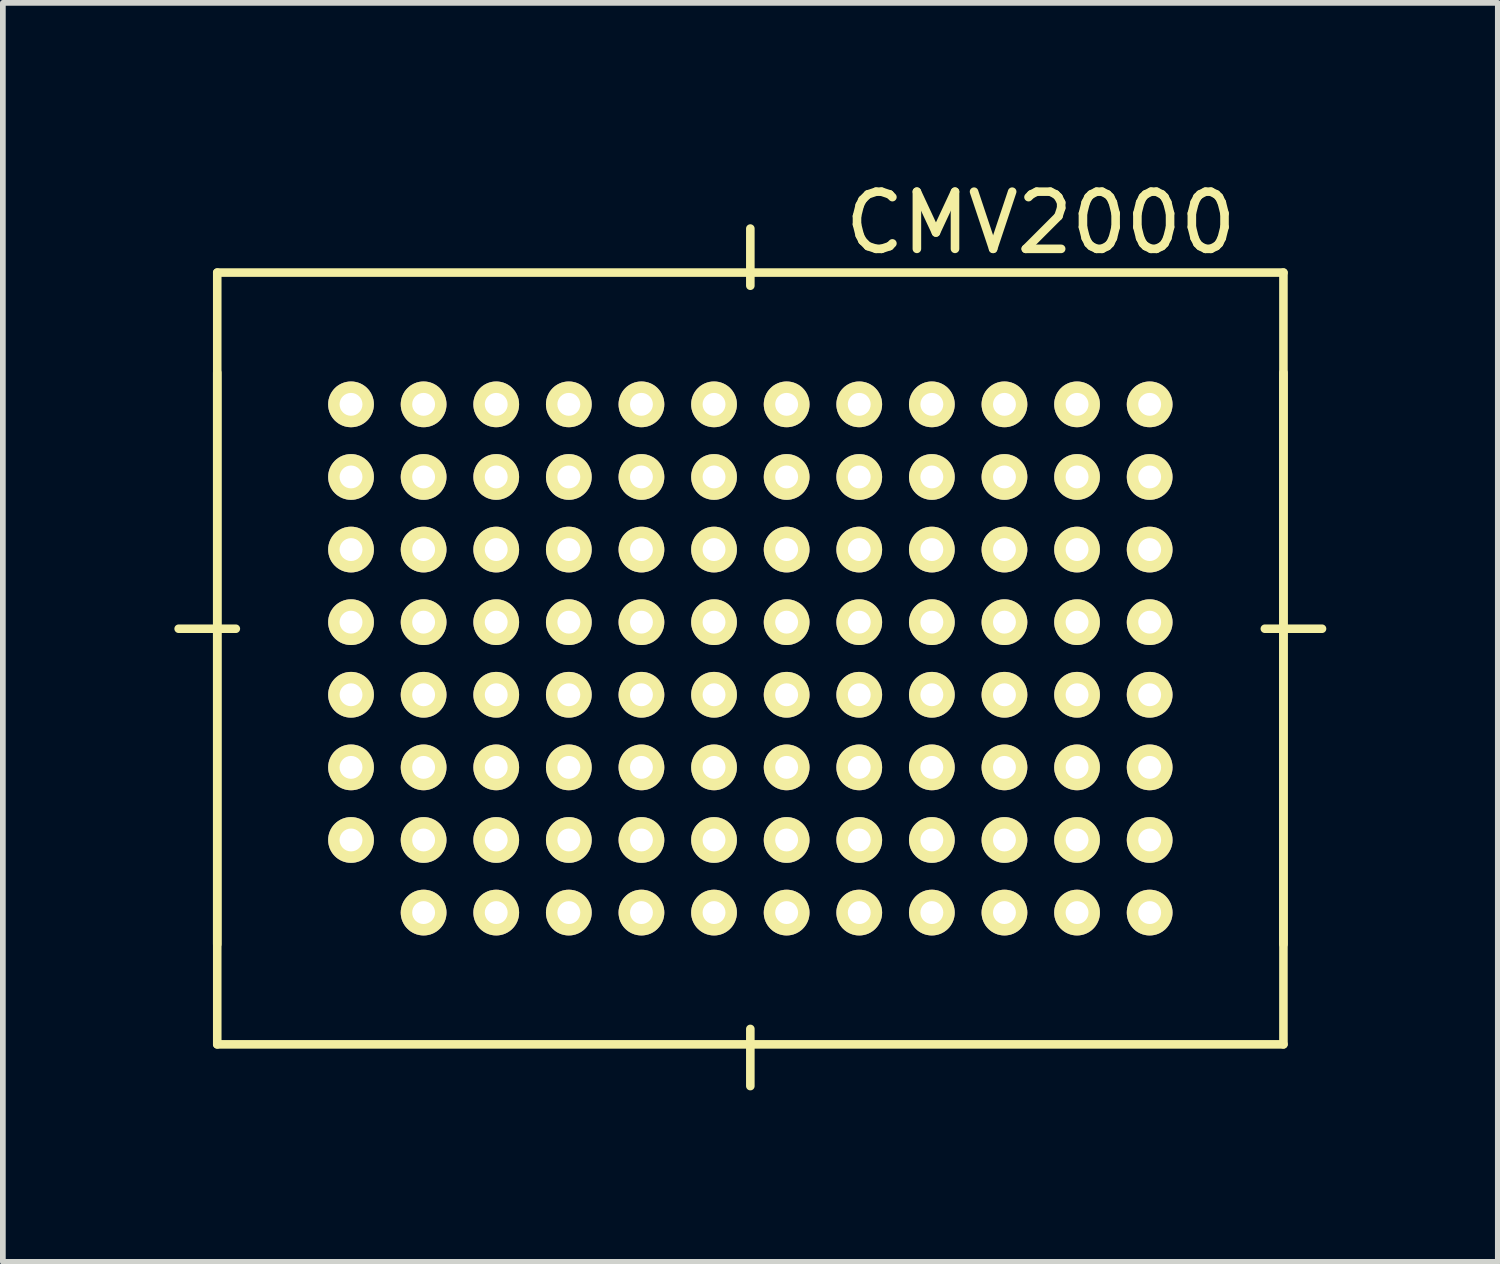
<source format=kicad_pcb>
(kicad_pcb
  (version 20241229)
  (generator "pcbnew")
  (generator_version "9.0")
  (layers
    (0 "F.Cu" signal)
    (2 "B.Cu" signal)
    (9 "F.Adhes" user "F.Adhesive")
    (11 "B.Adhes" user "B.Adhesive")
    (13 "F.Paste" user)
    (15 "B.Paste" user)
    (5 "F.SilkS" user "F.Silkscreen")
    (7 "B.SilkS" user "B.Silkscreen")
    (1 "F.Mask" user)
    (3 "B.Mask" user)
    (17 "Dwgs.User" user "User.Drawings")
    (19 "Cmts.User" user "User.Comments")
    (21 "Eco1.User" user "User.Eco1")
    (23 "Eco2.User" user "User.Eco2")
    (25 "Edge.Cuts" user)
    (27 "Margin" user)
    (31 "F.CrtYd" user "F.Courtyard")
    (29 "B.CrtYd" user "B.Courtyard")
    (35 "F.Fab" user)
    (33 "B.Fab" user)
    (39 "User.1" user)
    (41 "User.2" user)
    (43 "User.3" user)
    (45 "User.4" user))
  (footprint "CMV2000"
    (layer "F.Cu")
    (at 10.075 8.468)
    (property "Reference" "CMV2000" (at 5.08 -7.62 0) (layer "F.SilkS") (effects (font (size 1 1) (thickness 0.15))))
    (attr through_hole)
    (fp_line (start -9.325 -6.75) (end 9.325 -6.75) (stroke (width 0.15) (type solid)) (layer "F.SilkS"))
    (fp_line (start -9.325 5) (end -9.325 -5) (stroke (width 0.15) (type solid)) (layer "F.SilkS"))
    (fp_line (start -9.325 6.75) (end -9.325 -6.75) (stroke (width 0.15) (type solid)) (layer "F.SilkS"))
    (fp_line (start -9 -0.52) (end -10 -0.52) (stroke (width 0.15) (type solid)) (layer "F.SilkS"))
    (fp_line (start 0 -6.52) (end 0 -7.52) (stroke (width 0.15) (type solid)) (layer "F.SilkS"))
    (fp_line (start 0 6.48) (end 0 7.48) (stroke (width 0.15) (type solid)) (layer "F.SilkS"))
    (fp_line (start 9 -0.52) (end 10 -0.52) (stroke (width 0.15) (type solid)) (layer "F.SilkS"))
    (fp_line (start 9.325 -6.75) (end 9.325 6.75) (stroke (width 0.15) (type solid)) (layer "F.SilkS"))
    (fp_line (start 9.325 -5) (end 9.325 5) (stroke (width 0.15) (type solid)) (layer "F.SilkS"))
    (fp_line (start 9.325 6.75) (end -9.325 6.75) (stroke (width 0.15) (type solid)) (layer "F.SilkS"))
    (pad "A2" thru_hole circle (at -5.715 4.445) (size 0.8 0.8) (drill 0.4) (layers "*.Cu" "*.Mask" "F.SilkS"))
    (pad "A3" thru_hole circle (at -4.445 4.445) (size 0.8 0.8) (drill 0.4) (layers "*.Cu" "*.Mask" "F.SilkS"))
    (pad "A4" thru_hole circle (at -3.175 4.445) (size 0.8 0.8) (drill 0.4) (layers "*.Cu" "*.Mask" "F.SilkS"))
    (pad "A5" thru_hole circle (at -1.905 4.445) (size 0.8 0.8) (drill 0.4) (layers "*.Cu" "*.Mask" "F.SilkS"))
    (pad "A6" thru_hole circle (at -0.635 4.445) (size 0.8 0.8) (drill 0.4) (layers "*.Cu" "*.Mask" "F.SilkS"))
    (pad "A7" thru_hole circle (at 0.635 4.445) (size 0.8 0.8) (drill 0.4) (layers "*.Cu" "*.Mask" "F.SilkS"))
    (pad "A8" thru_hole circle (at 1.905 4.445) (size 0.8 0.8) (drill 0.4) (layers "*.Cu" "*.Mask" "F.SilkS"))
    (pad "A9" thru_hole circle (at 3.175 4.445) (size 0.8 0.8) (drill 0.4) (layers "*.Cu" "*.Mask" "F.SilkS"))
    (pad "A10" thru_hole circle (at 4.445 4.445) (size 0.8 0.8) (drill 0.4) (layers "*.Cu" "*.Mask" "F.SilkS"))
    (pad "A11" thru_hole circle (at 5.715 4.445) (size 0.8 0.8) (drill 0.4) (layers "*.Cu" "*.Mask" "F.SilkS"))
    (pad "A12" thru_hole circle (at 6.985 4.445) (size 0.8 0.8) (drill 0.4) (layers "*.Cu" "*.Mask" "F.SilkS"))
    (pad "B1" thru_hole circle (at -6.985 3.175) (size 0.8 0.8) (drill 0.4) (layers "*.Cu" "*.Mask" "F.SilkS"))
    (pad "B2" thru_hole circle (at -5.715 3.175) (size 0.8 0.8) (drill 0.4) (layers "*.Cu" "*.Mask" "F.SilkS"))
    (pad "B3" thru_hole circle (at -4.445 3.175) (size 0.8 0.8) (drill 0.4) (layers "*.Cu" "*.Mask" "F.SilkS"))
    (pad "B4" thru_hole circle (at -3.175 3.175) (size 0.8 0.8) (drill 0.4) (layers "*.Cu" "*.Mask" "F.SilkS"))
    (pad "B5" thru_hole circle (at -1.905 3.175) (size 0.8 0.8) (drill 0.4) (layers "*.Cu" "*.Mask" "F.SilkS"))
    (pad "B6" thru_hole circle (at -0.635 3.175) (size 0.8 0.8) (drill 0.4) (layers "*.Cu" "*.Mask" "F.SilkS"))
    (pad "B7" thru_hole circle (at 0.635 3.175) (size 0.8 0.8) (drill 0.4) (layers "*.Cu" "*.Mask" "F.SilkS"))
    (pad "B8" thru_hole circle (at 1.905 3.175) (size 0.8 0.8) (drill 0.4) (layers "*.Cu" "*.Mask" "F.SilkS"))
    (pad "B9" thru_hole circle (at 3.175 3.175) (size 0.8 0.8) (drill 0.4) (layers "*.Cu" "*.Mask" "F.SilkS"))
    (pad "B10" thru_hole circle (at 4.445 3.175) (size 0.8 0.8) (drill 0.4) (layers "*.Cu" "*.Mask" "F.SilkS"))
    (pad "B11" thru_hole circle (at 5.715 3.175) (size 0.8 0.8) (drill 0.4) (layers "*.Cu" "*.Mask" "F.SilkS"))
    (pad "B12" thru_hole circle (at 6.985 3.175) (size 0.8 0.8) (drill 0.4) (layers "*.Cu" "*.Mask" "F.SilkS"))
    (pad "C1" thru_hole circle (at -6.985 1.905) (size 0.8 0.8) (drill 0.4) (layers "*.Cu" "*.Mask" "F.SilkS"))
    (pad "C2" thru_hole circle (at -5.715 1.905) (size 0.8 0.8) (drill 0.4) (layers "*.Cu" "*.Mask" "F.SilkS"))
    (pad "C3" thru_hole circle (at -4.445 1.905) (size 0.8 0.8) (drill 0.4) (layers "*.Cu" "*.Mask" "F.SilkS"))
    (pad "C4" thru_hole circle (at -3.175 1.905) (size 0.8 0.8) (drill 0.4) (layers "*.Cu" "*.Mask" "F.SilkS"))
    (pad "C5" thru_hole circle (at -1.905 1.905) (size 0.8 0.8) (drill 0.4) (layers "*.Cu" "*.Mask" "F.SilkS"))
    (pad "C6" thru_hole circle (at -0.635 1.905) (size 0.8 0.8) (drill 0.4) (layers "*.Cu" "*.Mask" "F.SilkS"))
    (pad "C7" thru_hole circle (at 0.635 1.905) (size 0.8 0.8) (drill 0.4) (layers "*.Cu" "*.Mask" "F.SilkS"))
    (pad "C8" thru_hole circle (at 1.905 1.905) (size 0.8 0.8) (drill 0.4) (layers "*.Cu" "*.Mask" "F.SilkS"))
    (pad "C9" thru_hole circle (at 3.175 1.905) (size 0.8 0.8) (drill 0.4) (layers "*.Cu" "*.Mask" "F.SilkS"))
    (pad "C10" thru_hole circle (at 4.445 1.905) (size 0.8 0.8) (drill 0.4) (layers "*.Cu" "*.Mask" "F.SilkS"))
    (pad "C11" thru_hole circle (at 5.715 1.905) (size 0.8 0.8) (drill 0.4) (layers "*.Cu" "*.Mask" "F.SilkS"))
    (pad "C12" thru_hole circle (at 6.985 1.905) (size 0.8 0.8) (drill 0.4) (layers "*.Cu" "*.Mask" "F.SilkS"))
    (pad "D1" thru_hole circle (at -6.985 0.635) (size 0.8 0.8) (drill 0.4) (layers "*.Cu" "*.Mask" "F.SilkS"))
    (pad "D2" thru_hole circle (at -5.715 0.635) (size 0.8 0.8) (drill 0.4) (layers "*.Cu" "*.Mask" "F.SilkS"))
    (pad "D3" thru_hole circle (at -4.445 0.635) (size 0.8 0.8) (drill 0.4) (layers "*.Cu" "*.Mask" "F.SilkS"))
    (pad "D4" thru_hole circle (at -3.175 0.635) (size 0.8 0.8) (drill 0.4) (layers "*.Cu" "*.Mask" "F.SilkS"))
    (pad "D5" thru_hole circle (at -1.905 0.635) (size 0.8 0.8) (drill 0.4) (layers "*.Cu" "*.Mask" "F.SilkS"))
    (pad "D6" thru_hole circle (at -0.635 0.635) (size 0.8 0.8) (drill 0.4) (layers "*.Cu" "*.Mask" "F.SilkS"))
    (pad "D7" thru_hole circle (at 0.635 0.635) (size 0.8 0.8) (drill 0.4) (layers "*.Cu" "*.Mask" "F.SilkS"))
    (pad "D8" thru_hole circle (at 1.905 0.635) (size 0.8 0.8) (drill 0.4) (layers "*.Cu" "*.Mask" "F.SilkS"))
    (pad "D9" thru_hole circle (at 3.175 0.635) (size 0.8 0.8) (drill 0.4) (layers "*.Cu" "*.Mask" "F.SilkS"))
    (pad "D10" thru_hole circle (at 4.445 0.635) (size 0.8 0.8) (drill 0.4) (layers "*.Cu" "*.Mask" "F.SilkS"))
    (pad "D11" thru_hole circle (at 5.715 0.635) (size 0.8 0.8) (drill 0.4) (layers "*.Cu" "*.Mask" "F.SilkS"))
    (pad "D12" thru_hole circle (at 6.985 0.635) (size 0.8 0.8) (drill 0.4) (layers "*.Cu" "*.Mask" "F.SilkS"))
    (pad "E1" thru_hole circle (at -6.985 -0.635) (size 0.8 0.8) (drill 0.4) (layers "*.Cu" "*.Mask" "F.SilkS"))
    (pad "E2" thru_hole circle (at -5.715 -0.635) (size 0.8 0.8) (drill 0.4) (layers "*.Cu" "*.Mask" "F.SilkS"))
    (pad "E3" thru_hole circle (at -4.445 -0.635) (size 0.8 0.8) (drill 0.4) (layers "*.Cu" "*.Mask" "F.SilkS"))
    (pad "E4" thru_hole circle (at -3.175 -0.635) (size 0.8 0.8) (drill 0.4) (layers "*.Cu" "*.Mask" "F.SilkS"))
    (pad "E5" thru_hole circle (at -1.905 -0.635) (size 0.8 0.8) (drill 0.4) (layers "*.Cu" "*.Mask" "F.SilkS"))
    (pad "E6" thru_hole circle (at -0.635 -0.635) (size 0.8 0.8) (drill 0.4) (layers "*.Cu" "*.Mask" "F.SilkS"))
    (pad "E7" thru_hole circle (at 0.635 -0.635) (size 0.8 0.8) (drill 0.4) (layers "*.Cu" "*.Mask" "F.SilkS"))
    (pad "E8" thru_hole circle (at 1.905 -0.635) (size 0.8 0.8) (drill 0.4) (layers "*.Cu" "*.Mask" "F.SilkS"))
    (pad "E9" thru_hole circle (at 3.175 -0.635) (size 0.8 0.8) (drill 0.4) (layers "*.Cu" "*.Mask" "F.SilkS"))
    (pad "E10" thru_hole circle (at 4.445 -0.635) (size 0.8 0.8) (drill 0.4) (layers "*.Cu" "*.Mask" "F.SilkS"))
    (pad "E11" thru_hole circle (at 5.715 -0.635) (size 0.8 0.8) (drill 0.4) (layers "*.Cu" "*.Mask" "F.SilkS"))
    (pad "E12" thru_hole circle (at 6.985 -0.635) (size 0.8 0.8) (drill 0.4) (layers "*.Cu" "*.Mask" "F.SilkS"))
    (pad "F1" thru_hole circle (at -6.985 -1.905) (size 0.8 0.8) (drill 0.4) (layers "*.Cu" "*.Mask" "F.SilkS"))
    (pad "F2" thru_hole circle (at -5.715 -1.905) (size 0.8 0.8) (drill 0.4) (layers "*.Cu" "*.Mask" "F.SilkS"))
    (pad "F3" thru_hole circle (at -4.445 -1.905) (size 0.8 0.8) (drill 0.4) (layers "*.Cu" "*.Mask" "F.SilkS"))
    (pad "F4" thru_hole circle (at -3.175 -1.905) (size 0.8 0.8) (drill 0.4) (layers "*.Cu" "*.Mask" "F.SilkS"))
    (pad "F5" thru_hole circle (at -1.905 -1.905) (size 0.8 0.8) (drill 0.4) (layers "*.Cu" "*.Mask" "F.SilkS"))
    (pad "F6" thru_hole circle (at -0.635 -1.905) (size 0.8 0.8) (drill 0.4) (layers "*.Cu" "*.Mask" "F.SilkS"))
    (pad "F7" thru_hole circle (at 0.635 -1.905) (size 0.8 0.8) (drill 0.4) (layers "*.Cu" "*.Mask" "F.SilkS"))
    (pad "F8" thru_hole circle (at 1.905 -1.905) (size 0.8 0.8) (drill 0.4) (layers "*.Cu" "*.Mask" "F.SilkS"))
    (pad "F9" thru_hole circle (at 3.175 -1.905) (size 0.8 0.8) (drill 0.4) (layers "*.Cu" "*.Mask" "F.SilkS"))
    (pad "F10" thru_hole circle (at 4.445 -1.905) (size 0.8 0.8) (drill 0.4) (layers "*.Cu" "*.Mask" "F.SilkS"))
    (pad "F11" thru_hole circle (at 5.715 -1.905) (size 0.8 0.8) (drill 0.4) (layers "*.Cu" "*.Mask" "F.SilkS"))
    (pad "F12" thru_hole circle (at 6.985 -1.905) (size 0.8 0.8) (drill 0.4) (layers "*.Cu" "*.Mask" "F.SilkS"))
    (pad "G1" thru_hole circle (at -6.985 -3.175) (size 0.8 0.8) (drill 0.4) (layers "*.Cu" "*.Mask" "F.SilkS"))
    (pad "G2" thru_hole circle (at -5.715 -3.175) (size 0.8 0.8) (drill 0.4) (layers "*.Cu" "*.Mask" "F.SilkS"))
    (pad "G3" thru_hole circle (at -4.445 -3.175) (size 0.8 0.8) (drill 0.4) (layers "*.Cu" "*.Mask" "F.SilkS"))
    (pad "G4" thru_hole circle (at -3.175 -3.175) (size 0.8 0.8) (drill 0.4) (layers "*.Cu" "*.Mask" "F.SilkS"))
    (pad "G5" thru_hole circle (at -1.905 -3.175) (size 0.8 0.8) (drill 0.4) (layers "*.Cu" "*.Mask" "F.SilkS"))
    (pad "G6" thru_hole circle (at -0.635 -3.175) (size 0.8 0.8) (drill 0.4) (layers "*.Cu" "*.Mask" "F.SilkS"))
    (pad "G7" thru_hole circle (at 0.635 -3.175) (size 0.8 0.8) (drill 0.4) (layers "*.Cu" "*.Mask" "F.SilkS"))
    (pad "G8" thru_hole circle (at 1.905 -3.175) (size 0.8 0.8) (drill 0.4) (layers "*.Cu" "*.Mask" "F.SilkS"))
    (pad "G9" thru_hole circle (at 3.175 -3.175) (size 0.8 0.8) (drill 0.4) (layers "*.Cu" "*.Mask" "F.SilkS"))
    (pad "G10" thru_hole circle (at 4.445 -3.175) (size 0.8 0.8) (drill 0.4) (layers "*.Cu" "*.Mask" "F.SilkS"))
    (pad "G11" thru_hole circle (at 5.715 -3.175) (size 0.8 0.8) (drill 0.4) (layers "*.Cu" "*.Mask" "F.SilkS"))
    (pad "G12" thru_hole circle (at 6.985 -3.175) (size 0.8 0.8) (drill 0.4) (layers "*.Cu" "*.Mask" "F.SilkS"))
    (pad "H1" thru_hole circle (at -6.985 -4.445) (size 0.8 0.8) (drill 0.4) (layers "*.Cu" "*.Mask" "F.SilkS"))
    (pad "H2" thru_hole circle (at -5.715 -4.445) (size 0.8 0.8) (drill 0.4) (layers "*.Cu" "*.Mask" "F.SilkS"))
    (pad "H3" thru_hole circle (at -4.445 -4.445) (size 0.8 0.8) (drill 0.4) (layers "*.Cu" "*.Mask" "F.SilkS"))
    (pad "H4" thru_hole circle (at -3.175 -4.445) (size 0.8 0.8) (drill 0.4) (layers "*.Cu" "*.Mask" "F.SilkS"))
    (pad "H5" thru_hole circle (at -1.905 -4.445) (size 0.8 0.8) (drill 0.4) (layers "*.Cu" "*.Mask" "F.SilkS"))
    (pad "H6" thru_hole circle (at -0.635 -4.445) (size 0.8 0.8) (drill 0.4) (layers "*.Cu" "*.Mask" "F.SilkS"))
    (pad "H7" thru_hole circle (at 0.635 -4.445) (size 0.8 0.8) (drill 0.4) (layers "*.Cu" "*.Mask" "F.SilkS"))
    (pad "H8" thru_hole circle (at 1.905 -4.445) (size 0.8 0.8) (drill 0.4) (layers "*.Cu" "*.Mask" "F.SilkS"))
    (pad "H9" thru_hole circle (at 3.175 -4.445) (size 0.8 0.8) (drill 0.4) (layers "*.Cu" "*.Mask" "F.SilkS"))
    (pad "H10" thru_hole circle (at 4.445 -4.445) (size 0.8 0.8) (drill 0.4) (layers "*.Cu" "*.Mask" "F.SilkS"))
    (pad "H11" thru_hole circle (at 5.715 -4.445) (size 0.8 0.8) (drill 0.4) (layers "*.Cu" "*.Mask" "F.SilkS"))
    (pad "H12" thru_hole circle (at 6.985 -4.445) (size 0.8 0.8) (drill 0.4) (layers "*.Cu" "*.Mask" "F.SilkS")))
  (gr_rect
    (start -3 -3)
    (end 23.15 19.023)
    (stroke (width 0.1) (type default))
    (fill no)
    (layer "Edge.Cuts")))
</source>
